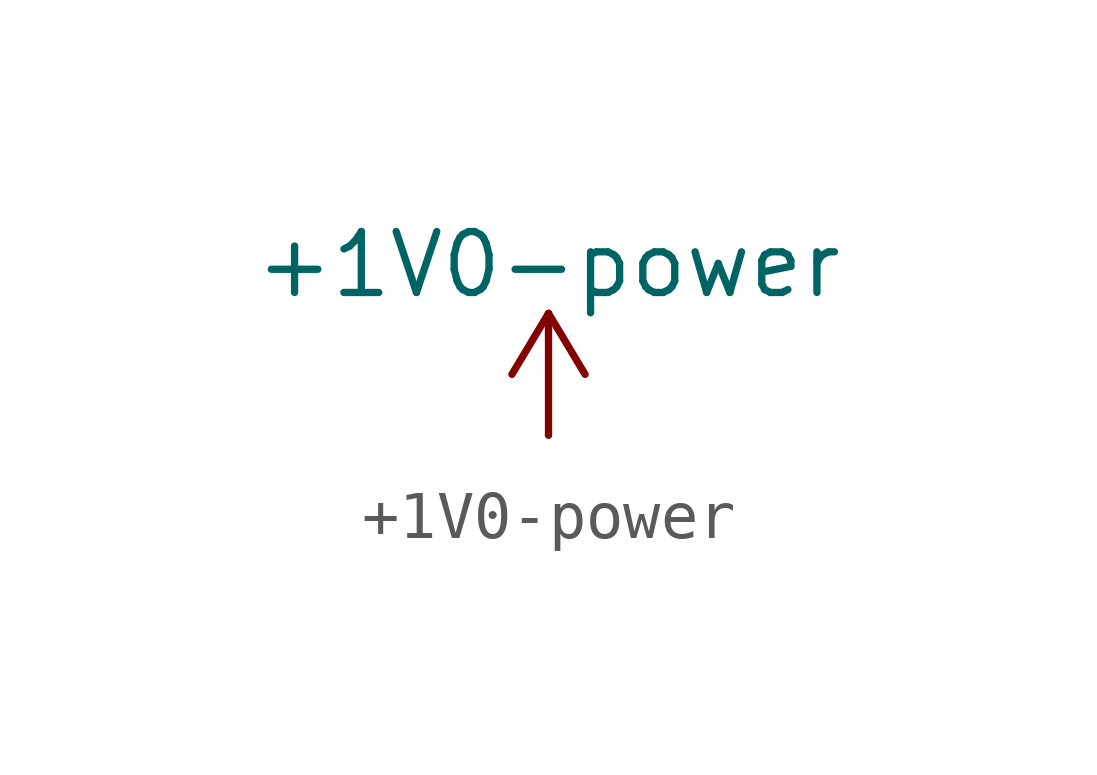
<source format=kicad_sym>
(kicad_symbol_lib
  (version 20200126)
  (host kicad_symbol_editor "(5.99.0-2809-gaceed2b0a4)")
  (symbol "LCD_Board-rescue:+1V0-power"
    (power)
    (pin_names
      (offset 0))
    (property "Reference" "#PWR"
      (at 0 -3.81 0)
      (effects (font (size 1.27 1.27)) hide))
    (property "Value" "+1V0-power"
      (at 0 3.556 0)
      (effects (font (size 1.27 1.27))))
    (symbol "+1V0-power_0_1"
      (polyline (pts (xy -0.762 1.27) (xy 0 2.54)) (stroke (width 0)) (fill (type none)))
      (polyline (pts (xy 0 0) (xy 0 2.54)) (stroke (width 0)) (fill (type none)))
      (polyline (pts (xy 0 2.54) (xy 0.762 1.27)) (stroke (width 0)) (fill (type none))))
    (symbol "+1V0-power_1_1"
      (pin power_in line (at 0 0 90) (length 0) hide (name "+1V0" (effects (font (size 1.27 1.27)))) (number "1" (effects (font (size 1.27 1.27))))))))
</source>
